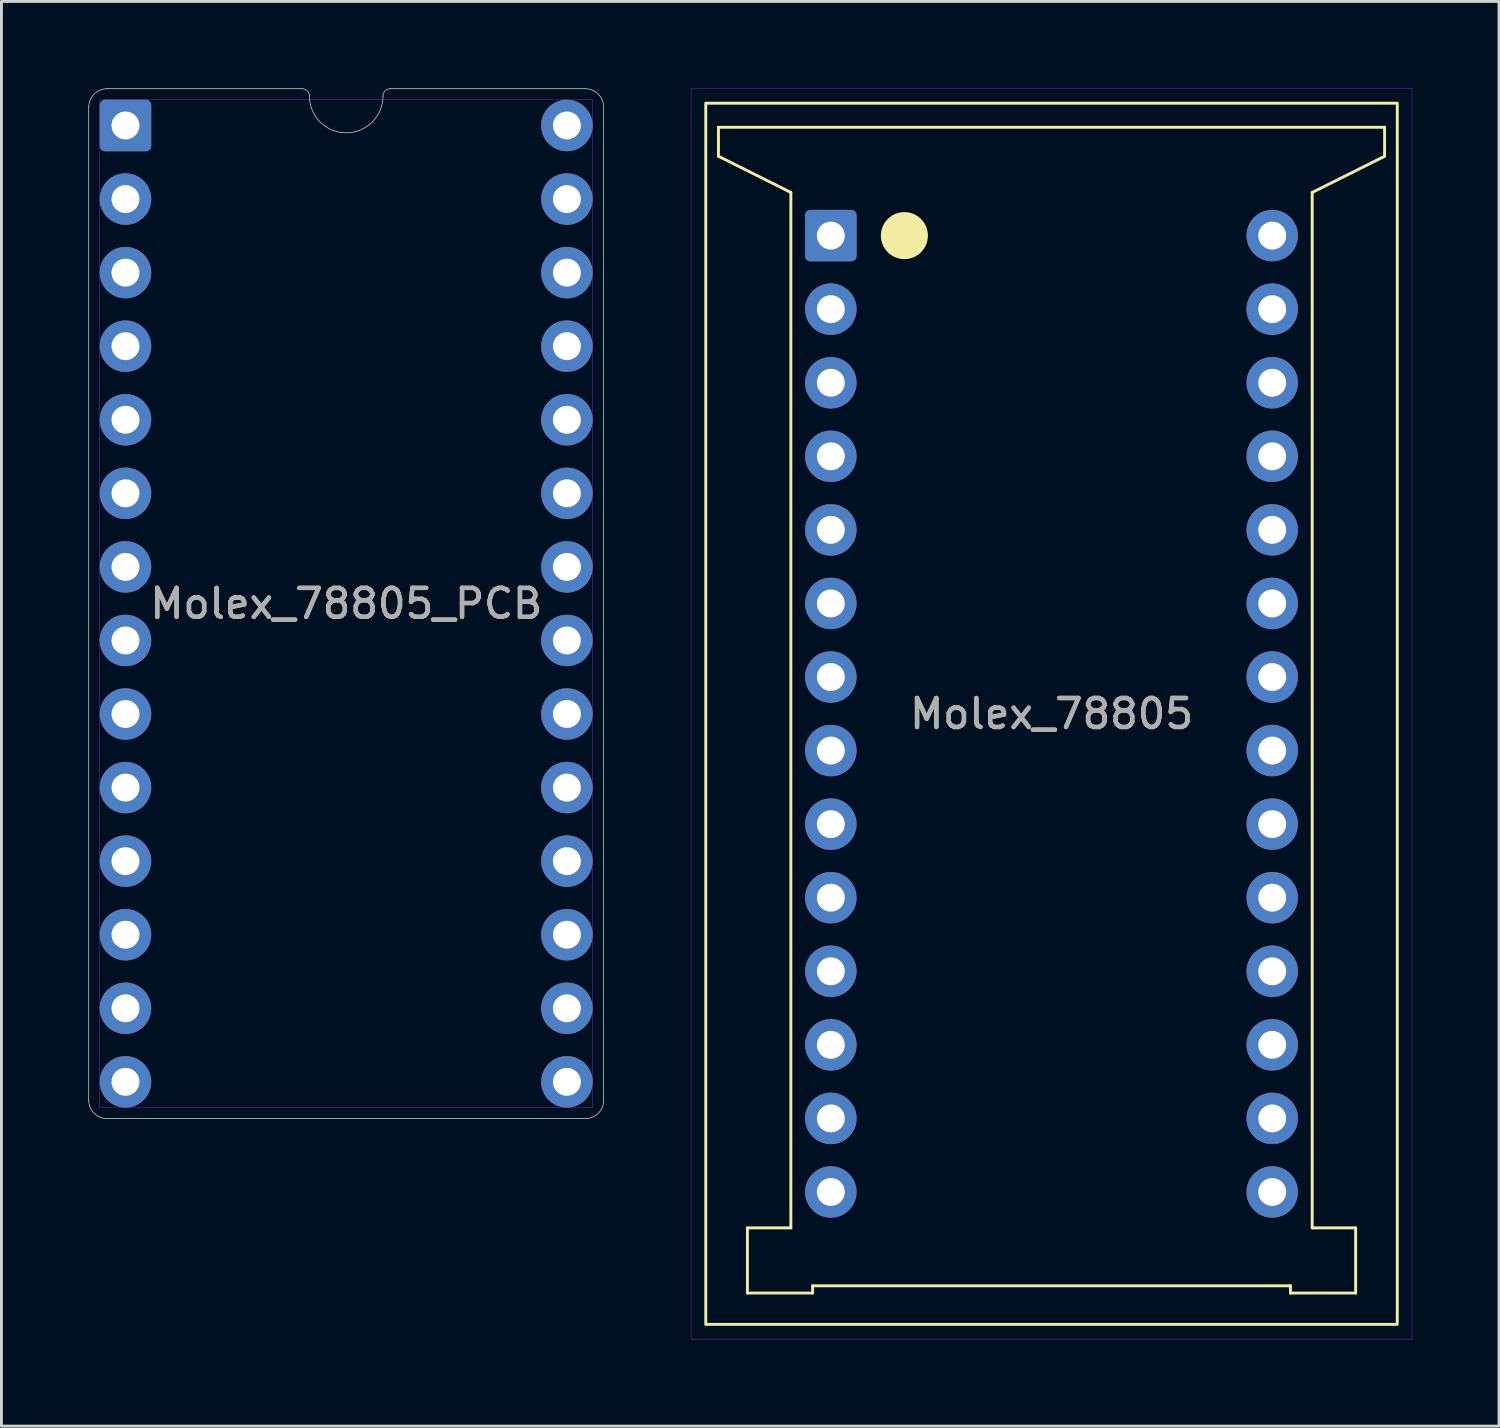
<source format=kicad_pcb>
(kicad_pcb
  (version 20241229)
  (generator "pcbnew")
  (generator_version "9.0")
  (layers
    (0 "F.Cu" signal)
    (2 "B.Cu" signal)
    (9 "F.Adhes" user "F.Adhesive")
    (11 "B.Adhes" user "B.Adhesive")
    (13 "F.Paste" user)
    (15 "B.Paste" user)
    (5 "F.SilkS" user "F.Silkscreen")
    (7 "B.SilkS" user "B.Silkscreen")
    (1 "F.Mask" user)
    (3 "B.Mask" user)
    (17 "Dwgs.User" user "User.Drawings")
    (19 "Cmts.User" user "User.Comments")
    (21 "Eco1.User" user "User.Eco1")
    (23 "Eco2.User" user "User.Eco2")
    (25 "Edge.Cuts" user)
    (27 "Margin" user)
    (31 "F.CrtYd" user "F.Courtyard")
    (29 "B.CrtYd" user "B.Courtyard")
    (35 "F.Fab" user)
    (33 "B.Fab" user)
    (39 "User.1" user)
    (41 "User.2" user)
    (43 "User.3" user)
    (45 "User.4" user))
  (footprint "Molex_78805_PCB"
    (layer "F.Cu")
    (at 8.903 17.793)
    (property "Reference" "Molex_78805_PCB" (at 0 0 0) (layer "F.SilkS") (effects (font (size 1 1) (thickness 0.15))))
    (attr through_hole)
    (fp_line (start -8.89 -17.145) (end -8.89 17.145) (stroke (width 0.025) (type solid)) (layer "Edge.Cuts"))
    (fp_line (start -8.255 -17.78) (end -1.524 -17.78) (stroke (width 0.025) (type solid)) (layer "Edge.Cuts"))
    (fp_line (start -8.255 17.78) (end 8.255 17.78) (stroke (width 0.025) (type solid)) (layer "Edge.Cuts"))
    (fp_line (start 1.524 -17.78) (end 8.255 -17.78) (stroke (width 0.025) (type solid)) (layer "Edge.Cuts"))
    (fp_line (start 8.89 17.145) (end 8.89 -17.145) (stroke (width 0.025) (type solid)) (layer "Edge.Cuts"))
    (fp_arc (start -8.89 -17.145) (mid -8.704013 -17.594013) (end -8.255 -17.78) (stroke (width 0.0254) (type solid)) (layer "Edge.Cuts"))
    (fp_arc (start -8.255 17.78) (mid -8.704013 17.594013) (end -8.89 17.145) (stroke (width 0.0254) (type solid)) (layer "Edge.Cuts"))
    (fp_arc (start -1.524 -17.78) (mid -1.344395 -17.705605) (end -1.27 -17.526) (stroke (width 0.0254) (type solid)) (layer "Edge.Cuts"))
    (fp_arc (start 1.27 -17.526) (mid 0 -16.256) (end -1.27 -17.526) (stroke (width 0.0254) (type solid)) (layer "Edge.Cuts"))
    (fp_arc (start 1.27 -17.526) (mid 1.344395 -17.705605) (end 1.524 -17.78) (stroke (width 0.0254) (type solid)) (layer "Edge.Cuts"))
    (fp_arc (start 8.255 -17.78) (mid 8.704013 -17.594013) (end 8.89 -17.145) (stroke (width 0.0254) (type solid)) (layer "Edge.Cuts"))
    (fp_arc (start 8.89 17.145) (mid 8.704013 17.594013) (end 8.255 17.78) (stroke (width 0.0254) (type solid)) (layer "Edge.Cuts"))
    (fp_line (start -8.509 -17.399) (end -8.509 17.399) (stroke (width 0.01) (type solid)) (layer "F.CrtYd"))
    (fp_line (start -8.509 17.399) (end 8.509 17.399) (stroke (width 0.01) (type solid)) (layer "F.CrtYd"))
    (fp_line (start 8.509 -17.399) (end -8.509 -17.399) (stroke (width 0.01) (type solid)) (layer "F.CrtYd"))
    (fp_line (start 8.509 17.399) (end 8.509 -17.399) (stroke (width 0.01) (type solid)) (layer "F.CrtYd"))
    (fp_text user "${REFERENCE}" (at 0 0 0) (layer "F.Fab") (effects (font (size 1 1) (thickness 0.15))))
    (pad "1" thru_hole roundrect (at -7.62 -16.51) (size 1.778 1.778) (drill 0.965) (layers "*.Cu" "*.Mask") (roundrect_rratio 0.1))
    (pad "2" thru_hole circle (at -7.62 -13.97) (size 1.778 1.778) (drill 0.965) (layers "*.Cu" "*.Mask"))
    (pad "3" thru_hole circle (at -7.62 -11.43) (size 1.778 1.778) (drill 0.965) (layers "*.Cu" "*.Mask"))
    (pad "4" thru_hole circle (at -7.62 -8.89) (size 1.778 1.778) (drill 0.965) (layers "*.Cu" "*.Mask"))
    (pad "5" thru_hole circle (at -7.62 -6.35) (size 1.778 1.778) (drill 0.965) (layers "*.Cu" "*.Mask"))
    (pad "6" thru_hole circle (at -7.62 -3.81) (size 1.778 1.778) (drill 0.965) (layers "*.Cu" "*.Mask"))
    (pad "7" thru_hole circle (at -7.62 -1.27) (size 1.778 1.778) (drill 0.965) (layers "*.Cu" "*.Mask"))
    (pad "8" thru_hole circle (at -7.62 1.27) (size 1.778 1.778) (drill 0.965) (layers "*.Cu" "*.Mask"))
    (pad "9" thru_hole circle (at -7.62 3.81) (size 1.778 1.778) (drill 0.965) (layers "*.Cu" "*.Mask"))
    (pad "10" thru_hole circle (at -7.62 6.35) (size 1.778 1.778) (drill 0.965) (layers "*.Cu" "*.Mask"))
    (pad "11" thru_hole circle (at -7.62 8.89) (size 1.778 1.778) (drill 0.965) (layers "*.Cu" "*.Mask"))
    (pad "12" thru_hole circle (at -7.62 11.43) (size 1.778 1.778) (drill 0.965) (layers "*.Cu" "*.Mask"))
    (pad "13" thru_hole circle (at -7.62 13.97) (size 1.778 1.778) (drill 0.965) (layers "*.Cu" "*.Mask"))
    (pad "14" thru_hole circle (at -7.62 16.51) (size 1.778 1.778) (drill 0.965) (layers "*.Cu" "*.Mask"))
    (pad "15" thru_hole circle (at 7.62 16.51) (size 1.778 1.778) (drill 0.965) (layers "*.Cu" "*.Mask"))
    (pad "16" thru_hole circle (at 7.62 13.97) (size 1.778 1.778) (drill 0.965) (layers "*.Cu" "*.Mask"))
    (pad "17" thru_hole circle (at 7.62 11.43) (size 1.778 1.778) (drill 0.965) (layers "*.Cu" "*.Mask"))
    (pad "18" thru_hole circle (at 7.62 8.89) (size 1.778 1.778) (drill 0.965) (layers "*.Cu" "*.Mask"))
    (pad "19" thru_hole circle (at 7.62 6.35) (size 1.778 1.778) (drill 0.965) (layers "*.Cu" "*.Mask"))
    (pad "20" thru_hole circle (at 7.62 3.81) (size 1.778 1.778) (drill 0.965) (layers "*.Cu" "*.Mask"))
    (pad "21" thru_hole circle (at 7.62 1.27) (size 1.778 1.778) (drill 0.965) (layers "*.Cu" "*.Mask"))
    (pad "22" thru_hole circle (at 7.62 -1.27) (size 1.778 1.778) (drill 0.965) (layers "*.Cu" "*.Mask"))
    (pad "23" thru_hole circle (at 7.62 -3.81) (size 1.778 1.778) (drill 0.965) (layers "*.Cu" "*.Mask"))
    (pad "24" thru_hole circle (at 7.62 -6.35) (size 1.778 1.778) (drill 0.965) (layers "*.Cu" "*.Mask"))
    (pad "25" thru_hole circle (at 7.62 -8.89) (size 1.778 1.778) (drill 0.965) (layers "*.Cu" "*.Mask"))
    (pad "26" thru_hole circle (at 7.62 -11.43) (size 1.778 1.778) (drill 0.965) (layers "*.Cu" "*.Mask"))
    (pad "27" thru_hole circle (at 7.62 -13.97) (size 1.778 1.778) (drill 0.965) (layers "*.Cu" "*.Mask"))
    (pad "28" thru_hole circle (at 7.62 -16.51) (size 1.778 1.778) (drill 0.965) (layers "*.Cu" "*.Mask")))
  (footprint "Molex_78805"
    (layer "F.Cu")
    (at 33.256 21.595)
    (property "Reference" "Molex_78805" (at 0 0 0) (layer "F.SilkS") (effects (font (size 1 1) (thickness 0.15))))
    (attr through_hole)
    (fp_line (start -11.5 -20.25) (end -11.5 -19.25) (stroke (width 0.1) (type default)) (layer "F.SilkS"))
    (fp_line (start -11.5 -20.25) (end 11.5 -20.25) (stroke (width 0.1) (type default)) (layer "F.SilkS"))
    (fp_line (start -11.5 -19.25) (end -9 -18) (stroke (width 0.1) (type default)) (layer "F.SilkS"))
    (fp_line (start -10.5 17.75) (end -10.5 20) (stroke (width 0.1) (type default)) (layer "F.SilkS"))
    (fp_line (start -10.5 20) (end -8.25 20) (stroke (width 0.1) (type default)) (layer "F.SilkS"))
    (fp_line (start -9 -18) (end -9 17.75) (stroke (width 0.1) (type default)) (layer "F.SilkS"))
    (fp_line (start -9 17.75) (end -10.5 17.75) (stroke (width 0.1) (type default)) (layer "F.SilkS"))
    (fp_line (start -8.25 19.75) (end 8.25 19.75) (stroke (width 0.1) (type default)) (layer "F.SilkS"))
    (fp_line (start -8.25 20) (end -8.25 19.75) (stroke (width 0.1) (type default)) (layer "F.SilkS"))
    (fp_line (start 8.25 19.75) (end 8.25 20) (stroke (width 0.1) (type default)) (layer "F.SilkS"))
    (fp_line (start 8.25 20) (end 10.5 20) (stroke (width 0.1) (type default)) (layer "F.SilkS"))
    (fp_line (start 9 -18) (end 11.5 -19.25) (stroke (width 0.1) (type default)) (layer "F.SilkS"))
    (fp_line (start 9 17.75) (end 9 -18) (stroke (width 0.1) (type default)) (layer "F.SilkS"))
    (fp_line (start 10.5 17.75) (end 9 17.75) (stroke (width 0.1) (type default)) (layer "F.SilkS"))
    (fp_line (start 10.5 20) (end 10.5 17.75) (stroke (width 0.1) (type default)) (layer "F.SilkS"))
    (fp_line (start 11.5 -20.25) (end 11.5 -19.25) (stroke (width 0.1) (type default)) (layer "F.SilkS"))
    (fp_rect (start -11.938 -21.082) (end 11.938 21.082) (stroke (width 0.1) (type default)) (fill no) (layer "F.SilkS"))
    (fp_circle (center -5.08 -16.51) (end -4.318 -16.51) (stroke (width 0.1) (type solid)) (fill yes) (layer "F.SilkS"))
    (fp_line (start -12.446 -21.59) (end -12.446 21.59) (stroke (width 0.01) (type solid)) (layer "F.CrtYd"))
    (fp_line (start -12.446 21.59) (end 12.446 21.59) (stroke (width 0.01) (type solid)) (layer "F.CrtYd"))
    (fp_line (start 12.446 -21.59) (end -12.446 -21.59) (stroke (width 0.01) (type solid)) (layer "F.CrtYd"))
    (fp_line (start 12.446 21.59) (end 12.446 -21.59) (stroke (width 0.01) (type solid)) (layer "F.CrtYd"))
    (fp_text user "${REFERENCE}" (at 0 0 0) (layer "F.Fab") (effects (font (size 1 1) (thickness 0.15))))
    (pad "1" thru_hole roundrect (at -7.62 -16.51) (size 1.778 1.778) (drill 0.965) (layers "*.Cu" "*.Mask") (roundrect_rratio 0.1))
    (pad "2" thru_hole circle (at -7.62 -13.97) (size 1.778 1.778) (drill 0.965) (layers "*.Cu" "*.Mask"))
    (pad "3" thru_hole circle (at -7.62 -11.43) (size 1.778 1.778) (drill 0.965) (layers "*.Cu" "*.Mask"))
    (pad "4" thru_hole circle (at -7.62 -8.89) (size 1.778 1.778) (drill 0.965) (layers "*.Cu" "*.Mask"))
    (pad "5" thru_hole circle (at -7.62 -6.35) (size 1.778 1.778) (drill 0.965) (layers "*.Cu" "*.Mask"))
    (pad "6" thru_hole circle (at -7.62 -3.81) (size 1.778 1.778) (drill 0.965) (layers "*.Cu" "*.Mask"))
    (pad "7" thru_hole circle (at -7.62 -1.27) (size 1.778 1.778) (drill 0.965) (layers "*.Cu" "*.Mask"))
    (pad "8" thru_hole circle (at -7.62 1.27) (size 1.778 1.778) (drill 0.965) (layers "*.Cu" "*.Mask"))
    (pad "9" thru_hole circle (at -7.62 3.81) (size 1.778 1.778) (drill 0.965) (layers "*.Cu" "*.Mask"))
    (pad "10" thru_hole circle (at -7.62 6.35) (size 1.778 1.778) (drill 0.965) (layers "*.Cu" "*.Mask"))
    (pad "11" thru_hole circle (at -7.62 8.89) (size 1.778 1.778) (drill 0.965) (layers "*.Cu" "*.Mask"))
    (pad "12" thru_hole circle (at -7.62 11.43) (size 1.778 1.778) (drill 0.965) (layers "*.Cu" "*.Mask"))
    (pad "13" thru_hole circle (at -7.62 13.97) (size 1.778 1.778) (drill 0.965) (layers "*.Cu" "*.Mask"))
    (pad "14" thru_hole circle (at -7.62 16.51) (size 1.778 1.778) (drill 0.965) (layers "*.Cu" "*.Mask"))
    (pad "15" thru_hole circle (at 7.62 16.51) (size 1.778 1.778) (drill 0.965) (layers "*.Cu" "*.Mask"))
    (pad "16" thru_hole circle (at 7.62 13.97) (size 1.778 1.778) (drill 0.965) (layers "*.Cu" "*.Mask"))
    (pad "17" thru_hole circle (at 7.62 11.43) (size 1.778 1.778) (drill 0.965) (layers "*.Cu" "*.Mask"))
    (pad "18" thru_hole circle (at 7.62 8.89) (size 1.778 1.778) (drill 0.965) (layers "*.Cu" "*.Mask"))
    (pad "19" thru_hole circle (at 7.62 6.35) (size 1.778 1.778) (drill 0.965) (layers "*.Cu" "*.Mask"))
    (pad "20" thru_hole circle (at 7.62 3.81) (size 1.778 1.778) (drill 0.965) (layers "*.Cu" "*.Mask"))
    (pad "21" thru_hole circle (at 7.62 1.27) (size 1.778 1.778) (drill 0.965) (layers "*.Cu" "*.Mask"))
    (pad "22" thru_hole circle (at 7.62 -1.27) (size 1.778 1.778) (drill 0.965) (layers "*.Cu" "*.Mask"))
    (pad "23" thru_hole circle (at 7.62 -3.81) (size 1.778 1.778) (drill 0.965) (layers "*.Cu" "*.Mask"))
    (pad "24" thru_hole circle (at 7.62 -6.35) (size 1.778 1.778) (drill 0.965) (layers "*.Cu" "*.Mask"))
    (pad "25" thru_hole circle (at 7.62 -8.89) (size 1.778 1.778) (drill 0.965) (layers "*.Cu" "*.Mask"))
    (pad "26" thru_hole circle (at 7.62 -11.43) (size 1.778 1.778) (drill 0.965) (layers "*.Cu" "*.Mask"))
    (pad "27" thru_hole circle (at 7.62 -13.97) (size 1.778 1.778) (drill 0.965) (layers "*.Cu" "*.Mask"))
    (pad "28" thru_hole circle (at 7.62 -16.51) (size 1.778 1.778) (drill 0.965) (layers "*.Cu" "*.Mask")))
  (gr_rect
    (start -3 -3)
    (end 48.707 46.19)
    (stroke (width 0.1) (type default))
    (fill no)
    (layer "Edge.Cuts")))
</source>
